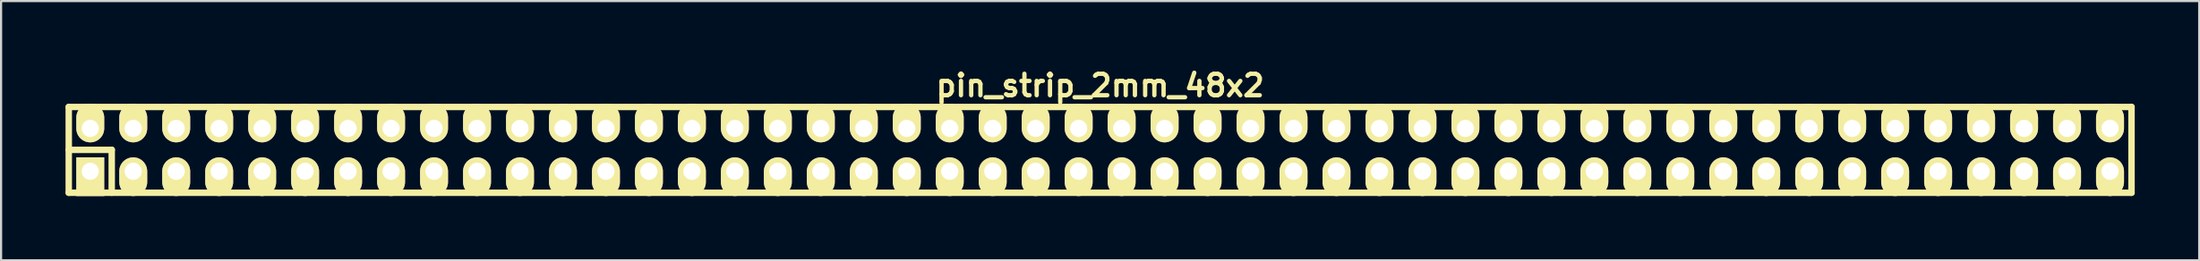
<source format=kicad_pcb>
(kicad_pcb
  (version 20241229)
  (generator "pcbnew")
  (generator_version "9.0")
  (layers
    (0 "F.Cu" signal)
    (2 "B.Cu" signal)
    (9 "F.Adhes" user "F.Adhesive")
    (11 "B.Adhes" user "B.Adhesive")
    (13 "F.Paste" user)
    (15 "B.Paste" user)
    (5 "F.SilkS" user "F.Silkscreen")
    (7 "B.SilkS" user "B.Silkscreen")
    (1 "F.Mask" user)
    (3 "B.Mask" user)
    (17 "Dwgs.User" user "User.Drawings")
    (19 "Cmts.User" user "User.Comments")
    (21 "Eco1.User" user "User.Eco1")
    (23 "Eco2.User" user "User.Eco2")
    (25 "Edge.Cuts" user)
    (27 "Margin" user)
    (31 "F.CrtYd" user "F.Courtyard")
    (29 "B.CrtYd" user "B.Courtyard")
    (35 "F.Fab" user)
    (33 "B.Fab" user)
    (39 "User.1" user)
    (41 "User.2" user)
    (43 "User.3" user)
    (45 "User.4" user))
  (footprint "pin_strip_2mm_48x2"
    (layer "F.Cu")
    (at 48.15 3.936)
    (property "Reference" "pin_strip_2mm_48x2" (at 0 -3 0) (layer "F.SilkS") (effects (font (size 1 1) (thickness 0.2))))
    (attr through_hole)
    (fp_line (start -48 -2) (end 48 -2) (stroke (width 0.3) (type solid)) (layer "F.SilkS"))
    (fp_line (start -48 0) (end -46 0) (stroke (width 0.3) (type solid)) (layer "F.SilkS"))
    (fp_line (start -48 2) (end -48 -2) (stroke (width 0.3) (type solid)) (layer "F.SilkS"))
    (fp_line (start -46 0) (end -46 2) (stroke (width 0.3) (type solid)) (layer "F.SilkS"))
    (fp_line (start 48 -2) (end 48 2) (stroke (width 0.3) (type solid)) (layer "F.SilkS"))
    (fp_line (start 48 2) (end -48 2) (stroke (width 0.3) (type solid)) (layer "F.SilkS"))
    (pad "1" thru_hole rect (at -47 1) (size 1.3 1.8) (drill 0.8 (offset 0 0.25)) (layers "*.Cu" "*.Mask" "F.SilkS"))
    (pad "2" thru_hole oval (at -47 -1) (size 1.3 1.8) (drill 0.8 (offset 0 -0.25)) (layers "*.Cu" "*.Mask" "F.SilkS"))
    (pad "3" thru_hole oval (at -45 1) (size 1.3 1.8) (drill 0.8 (offset 0 0.25)) (layers "*.Cu" "*.Mask" "F.SilkS"))
    (pad "4" thru_hole oval (at -45 -1) (size 1.3 1.8) (drill 0.8 (offset 0 -0.25)) (layers "*.Cu" "*.Mask" "F.SilkS"))
    (pad "5" thru_hole oval (at -43 1) (size 1.3 1.8) (drill 0.8 (offset 0 0.25)) (layers "*.Cu" "*.Mask" "F.SilkS"))
    (pad "6" thru_hole oval (at -43 -1) (size 1.3 1.8) (drill 0.8 (offset 0 -0.25)) (layers "*.Cu" "*.Mask" "F.SilkS"))
    (pad "7" thru_hole oval (at -41 1) (size 1.3 1.8) (drill 0.8 (offset 0 0.25)) (layers "*.Cu" "*.Mask" "F.SilkS"))
    (pad "8" thru_hole oval (at -41 -1) (size 1.3 1.8) (drill 0.8 (offset 0 -0.25)) (layers "*.Cu" "*.Mask" "F.SilkS"))
    (pad "9" thru_hole oval (at -39 1) (size 1.3 1.8) (drill 0.8 (offset 0 0.25)) (layers "*.Cu" "*.Mask" "F.SilkS"))
    (pad "10" thru_hole oval (at -39 -1) (size 1.3 1.8) (drill 0.8 (offset 0 -0.25)) (layers "*.Cu" "*.Mask" "F.SilkS"))
    (pad "11" thru_hole oval (at -37 1) (size 1.3 1.8) (drill 0.8 (offset 0 0.25)) (layers "*.Cu" "*.Mask" "F.SilkS"))
    (pad "12" thru_hole oval (at -37 -1) (size 1.3 1.8) (drill 0.8 (offset 0 -0.25)) (layers "*.Cu" "*.Mask" "F.SilkS"))
    (pad "13" thru_hole oval (at -35 1) (size 1.3 1.8) (drill 0.8 (offset 0 0.25)) (layers "*.Cu" "*.Mask" "F.SilkS"))
    (pad "14" thru_hole oval (at -35 -1) (size 1.3 1.8) (drill 0.8 (offset 0 -0.25)) (layers "*.Cu" "*.Mask" "F.SilkS"))
    (pad "15" thru_hole oval (at -33 1) (size 1.3 1.8) (drill 0.8 (offset 0 0.25)) (layers "*.Cu" "*.Mask" "F.SilkS"))
    (pad "16" thru_hole oval (at -33 -1) (size 1.3 1.8) (drill 0.8 (offset 0 -0.25)) (layers "*.Cu" "*.Mask" "F.SilkS"))
    (pad "17" thru_hole oval (at -31 1) (size 1.3 1.8) (drill 0.8 (offset 0 0.25)) (layers "*.Cu" "*.Mask" "F.SilkS"))
    (pad "18" thru_hole oval (at -31 -1) (size 1.3 1.8) (drill 0.8 (offset 0 -0.25)) (layers "*.Cu" "*.Mask" "F.SilkS"))
    (pad "19" thru_hole oval (at -29 1) (size 1.3 1.8) (drill 0.8 (offset 0 0.25)) (layers "*.Cu" "*.Mask" "F.SilkS"))
    (pad "20" thru_hole oval (at -29 -1) (size 1.3 1.8) (drill 0.8 (offset 0 -0.25)) (layers "*.Cu" "*.Mask" "F.SilkS"))
    (pad "21" thru_hole oval (at -27 1) (size 1.3 1.8) (drill 0.8 (offset 0 0.25)) (layers "*.Cu" "*.Mask" "F.SilkS"))
    (pad "22" thru_hole oval (at -27 -1) (size 1.3 1.8) (drill 0.8 (offset 0 -0.25)) (layers "*.Cu" "*.Mask" "F.SilkS"))
    (pad "23" thru_hole oval (at -25 1) (size 1.3 1.8) (drill 0.8 (offset 0 0.25)) (layers "*.Cu" "*.Mask" "F.SilkS"))
    (pad "24" thru_hole oval (at -25 -1) (size 1.3 1.8) (drill 0.8 (offset 0 -0.25)) (layers "*.Cu" "*.Mask" "F.SilkS"))
    (pad "25" thru_hole oval (at -23 1) (size 1.3 1.8) (drill 0.8 (offset 0 0.25)) (layers "*.Cu" "*.Mask" "F.SilkS"))
    (pad "26" thru_hole oval (at -23 -1) (size 1.3 1.8) (drill 0.8 (offset 0 -0.25)) (layers "*.Cu" "*.Mask" "F.SilkS"))
    (pad "27" thru_hole oval (at -21 1) (size 1.3 1.8) (drill 0.8 (offset 0 0.25)) (layers "*.Cu" "*.Mask" "F.SilkS"))
    (pad "28" thru_hole oval (at -21 -1) (size 1.3 1.8) (drill 0.8 (offset 0 -0.25)) (layers "*.Cu" "*.Mask" "F.SilkS"))
    (pad "29" thru_hole oval (at -19 1) (size 1.3 1.8) (drill 0.8 (offset 0 0.25)) (layers "*.Cu" "*.Mask" "F.SilkS"))
    (pad "30" thru_hole oval (at -19 -1) (size 1.3 1.8) (drill 0.8 (offset 0 -0.25)) (layers "*.Cu" "*.Mask" "F.SilkS"))
    (pad "31" thru_hole oval (at -17 1) (size 1.3 1.8) (drill 0.8 (offset 0 0.25)) (layers "*.Cu" "*.Mask" "F.SilkS"))
    (pad "32" thru_hole oval (at -17 -1) (size 1.3 1.8) (drill 0.8 (offset 0 -0.25)) (layers "*.Cu" "*.Mask" "F.SilkS"))
    (pad "33" thru_hole oval (at -15 1) (size 1.3 1.8) (drill 0.8 (offset 0 0.25)) (layers "*.Cu" "*.Mask" "F.SilkS"))
    (pad "34" thru_hole oval (at -15 -1) (size 1.3 1.8) (drill 0.8 (offset 0 -0.25)) (layers "*.Cu" "*.Mask" "F.SilkS"))
    (pad "35" thru_hole oval (at -13 1) (size 1.3 1.8) (drill 0.8 (offset 0 0.25)) (layers "*.Cu" "*.Mask" "F.SilkS"))
    (pad "36" thru_hole oval (at -13 -1) (size 1.3 1.8) (drill 0.8 (offset 0 -0.25)) (layers "*.Cu" "*.Mask" "F.SilkS"))
    (pad "37" thru_hole oval (at -11 1) (size 1.3 1.8) (drill 0.8 (offset 0 0.25)) (layers "*.Cu" "*.Mask" "F.SilkS"))
    (pad "38" thru_hole oval (at -11 -1) (size 1.3 1.8) (drill 0.8 (offset 0 -0.25)) (layers "*.Cu" "*.Mask" "F.SilkS"))
    (pad "39" thru_hole oval (at -9 1) (size 1.3 1.8) (drill 0.8 (offset 0 0.25)) (layers "*.Cu" "*.Mask" "F.SilkS"))
    (pad "40" thru_hole oval (at -9 -1) (size 1.3 1.8) (drill 0.8 (offset 0 -0.25)) (layers "*.Cu" "*.Mask" "F.SilkS"))
    (pad "41" thru_hole oval (at -7 1) (size 1.3 1.8) (drill 0.8 (offset 0 0.25)) (layers "*.Cu" "*.Mask" "F.SilkS"))
    (pad "42" thru_hole oval (at -7 -1) (size 1.3 1.8) (drill 0.8 (offset 0 -0.25)) (layers "*.Cu" "*.Mask" "F.SilkS"))
    (pad "43" thru_hole oval (at -5 1) (size 1.3 1.8) (drill 0.8 (offset 0 0.25)) (layers "*.Cu" "*.Mask" "F.SilkS"))
    (pad "44" thru_hole oval (at -5 -1) (size 1.3 1.8) (drill 0.8 (offset 0 -0.25)) (layers "*.Cu" "*.Mask" "F.SilkS"))
    (pad "45" thru_hole oval (at -3 1) (size 1.3 1.8) (drill 0.8 (offset 0 0.25)) (layers "*.Cu" "*.Mask" "F.SilkS"))
    (pad "46" thru_hole oval (at -3 -1) (size 1.3 1.8) (drill 0.8 (offset 0 -0.25)) (layers "*.Cu" "*.Mask" "F.SilkS"))
    (pad "47" thru_hole oval (at -1 1) (size 1.3 1.8) (drill 0.8 (offset 0 0.25)) (layers "*.Cu" "*.Mask" "F.SilkS"))
    (pad "48" thru_hole oval (at -1 -1) (size 1.3 1.8) (drill 0.8 (offset 0 -0.25)) (layers "*.Cu" "*.Mask" "F.SilkS"))
    (pad "49" thru_hole oval (at 1 1) (size 1.3 1.8) (drill 0.8 (offset 0 0.25)) (layers "*.Cu" "*.Mask" "F.SilkS"))
    (pad "50" thru_hole oval (at 1 -1) (size 1.3 1.8) (drill 0.8 (offset 0 -0.25)) (layers "*.Cu" "*.Mask" "F.SilkS"))
    (pad "51" thru_hole oval (at 3 1) (size 1.3 1.8) (drill 0.8 (offset 0 0.25)) (layers "*.Cu" "*.Mask" "F.SilkS"))
    (pad "52" thru_hole oval (at 3 -1) (size 1.3 1.8) (drill 0.8 (offset 0 -0.25)) (layers "*.Cu" "*.Mask" "F.SilkS"))
    (pad "53" thru_hole oval (at 5 1) (size 1.3 1.8) (drill 0.8 (offset 0 0.25)) (layers "*.Cu" "*.Mask" "F.SilkS"))
    (pad "54" thru_hole oval (at 5 -1) (size 1.3 1.8) (drill 0.8 (offset 0 -0.25)) (layers "*.Cu" "*.Mask" "F.SilkS"))
    (pad "55" thru_hole oval (at 7 1) (size 1.3 1.8) (drill 0.8 (offset 0 0.25)) (layers "*.Cu" "*.Mask" "F.SilkS"))
    (pad "56" thru_hole oval (at 7 -1) (size 1.3 1.8) (drill 0.8 (offset 0 -0.25)) (layers "*.Cu" "*.Mask" "F.SilkS"))
    (pad "57" thru_hole oval (at 9 1) (size 1.3 1.8) (drill 0.8 (offset 0 0.25)) (layers "*.Cu" "*.Mask" "F.SilkS"))
    (pad "58" thru_hole oval (at 9 -1) (size 1.3 1.8) (drill 0.8 (offset 0 -0.25)) (layers "*.Cu" "*.Mask" "F.SilkS"))
    (pad "59" thru_hole oval (at 11 1) (size 1.3 1.8) (drill 0.8 (offset 0 0.25)) (layers "*.Cu" "*.Mask" "F.SilkS"))
    (pad "60" thru_hole oval (at 11 -1) (size 1.3 1.8) (drill 0.8 (offset 0 -0.25)) (layers "*.Cu" "*.Mask" "F.SilkS"))
    (pad "61" thru_hole oval (at 13 1) (size 1.3 1.8) (drill 0.8 (offset 0 0.25)) (layers "*.Cu" "*.Mask" "F.SilkS"))
    (pad "62" thru_hole oval (at 13 -1) (size 1.3 1.8) (drill 0.8 (offset 0 -0.25)) (layers "*.Cu" "*.Mask" "F.SilkS"))
    (pad "63" thru_hole oval (at 15 1) (size 1.3 1.8) (drill 0.8 (offset 0 0.25)) (layers "*.Cu" "*.Mask" "F.SilkS"))
    (pad "64" thru_hole oval (at 15 -1) (size 1.3 1.8) (drill 0.8 (offset 0 -0.25)) (layers "*.Cu" "*.Mask" "F.SilkS"))
    (pad "65" thru_hole oval (at 17 1) (size 1.3 1.8) (drill 0.8 (offset 0 0.25)) (layers "*.Cu" "*.Mask" "F.SilkS"))
    (pad "66" thru_hole oval (at 17 -1) (size 1.3 1.8) (drill 0.8 (offset 0 -0.25)) (layers "*.Cu" "*.Mask" "F.SilkS"))
    (pad "67" thru_hole oval (at 19 1) (size 1.3 1.8) (drill 0.8 (offset 0 0.25)) (layers "*.Cu" "*.Mask" "F.SilkS"))
    (pad "68" thru_hole oval (at 19 -1) (size 1.3 1.8) (drill 0.8 (offset 0 -0.25)) (layers "*.Cu" "*.Mask" "F.SilkS"))
    (pad "69" thru_hole oval (at 21 1) (size 1.3 1.8) (drill 0.8 (offset 0 0.25)) (layers "*.Cu" "*.Mask" "F.SilkS"))
    (pad "70" thru_hole oval (at 21 -1) (size 1.3 1.8) (drill 0.8 (offset 0 -0.25)) (layers "*.Cu" "*.Mask" "F.SilkS"))
    (pad "71" thru_hole oval (at 23 1) (size 1.3 1.8) (drill 0.8 (offset 0 0.25)) (layers "*.Cu" "*.Mask" "F.SilkS"))
    (pad "72" thru_hole oval (at 23 -1) (size 1.3 1.8) (drill 0.8 (offset 0 -0.25)) (layers "*.Cu" "*.Mask" "F.SilkS"))
    (pad "73" thru_hole oval (at 25 1) (size 1.3 1.8) (drill 0.8 (offset 0 0.25)) (layers "*.Cu" "*.Mask" "F.SilkS"))
    (pad "74" thru_hole oval (at 25 -1) (size 1.3 1.8) (drill 0.8 (offset 0 -0.25)) (layers "*.Cu" "*.Mask" "F.SilkS"))
    (pad "75" thru_hole oval (at 27 1) (size 1.3 1.8) (drill 0.8 (offset 0 0.25)) (layers "*.Cu" "*.Mask" "F.SilkS"))
    (pad "76" thru_hole oval (at 27 -1) (size 1.3 1.8) (drill 0.8 (offset 0 -0.25)) (layers "*.Cu" "*.Mask" "F.SilkS"))
    (pad "77" thru_hole oval (at 29 1) (size 1.3 1.8) (drill 0.8 (offset 0 0.25)) (layers "*.Cu" "*.Mask" "F.SilkS"))
    (pad "78" thru_hole oval (at 29 -1) (size 1.3 1.8) (drill 0.8 (offset 0 -0.25)) (layers "*.Cu" "*.Mask" "F.SilkS"))
    (pad "79" thru_hole oval (at 31 1) (size 1.3 1.8) (drill 0.8 (offset 0 0.25)) (layers "*.Cu" "*.Mask" "F.SilkS"))
    (pad "80" thru_hole oval (at 31 -1) (size 1.3 1.8) (drill 0.8 (offset 0 -0.25)) (layers "*.Cu" "*.Mask" "F.SilkS"))
    (pad "81" thru_hole oval (at 33 1) (size 1.3 1.8) (drill 0.8 (offset 0 0.25)) (layers "*.Cu" "*.Mask" "F.SilkS"))
    (pad "82" thru_hole oval (at 33 -1) (size 1.3 1.8) (drill 0.8 (offset 0 -0.25)) (layers "*.Cu" "*.Mask" "F.SilkS"))
    (pad "83" thru_hole oval (at 35 1) (size 1.3 1.8) (drill 0.8 (offset 0 0.25)) (layers "*.Cu" "*.Mask" "F.SilkS"))
    (pad "84" thru_hole oval (at 35 -1) (size 1.3 1.8) (drill 0.8 (offset 0 -0.25)) (layers "*.Cu" "*.Mask" "F.SilkS"))
    (pad "85" thru_hole oval (at 37 1) (size 1.3 1.8) (drill 0.8 (offset 0 0.25)) (layers "*.Cu" "*.Mask" "F.SilkS"))
    (pad "86" thru_hole oval (at 37 -1) (size 1.3 1.8) (drill 0.8 (offset 0 -0.25)) (layers "*.Cu" "*.Mask" "F.SilkS"))
    (pad "87" thru_hole oval (at 39 1) (size 1.3 1.8) (drill 0.8 (offset 0 0.25)) (layers "*.Cu" "*.Mask" "F.SilkS"))
    (pad "88" thru_hole oval (at 39 -1) (size 1.3 1.8) (drill 0.8 (offset 0 -0.25)) (layers "*.Cu" "*.Mask" "F.SilkS"))
    (pad "89" thru_hole oval (at 41 1) (size 1.3 1.8) (drill 0.8 (offset 0 0.25)) (layers "*.Cu" "*.Mask" "F.SilkS"))
    (pad "90" thru_hole oval (at 41 -1) (size 1.3 1.8) (drill 0.8 (offset 0 -0.25)) (layers "*.Cu" "*.Mask" "F.SilkS"))
    (pad "91" thru_hole oval (at 43 1) (size 1.3 1.8) (drill 0.8 (offset 0 0.25)) (layers "*.Cu" "*.Mask" "F.SilkS"))
    (pad "92" thru_hole oval (at 43 -1) (size 1.3 1.8) (drill 0.8 (offset 0 -0.25)) (layers "*.Cu" "*.Mask" "F.SilkS"))
    (pad "93" thru_hole oval (at 45 1) (size 1.3 1.8) (drill 0.8 (offset 0 0.25)) (layers "*.Cu" "*.Mask" "F.SilkS"))
    (pad "94" thru_hole oval (at 45 -1) (size 1.3 1.8) (drill 0.8 (offset 0 -0.25)) (layers "*.Cu" "*.Mask" "F.SilkS"))
    (pad "95" thru_hole oval (at 47 1) (size 1.3 1.8) (drill 0.8 (offset 0 0.25)) (layers "*.Cu" "*.Mask" "F.SilkS"))
    (pad "96" thru_hole oval (at 47 -1) (size 1.3 1.8) (drill 0.8 (offset 0 -0.25)) (layers "*.Cu" "*.Mask" "F.SilkS")))
  (gr_rect
    (start -3 -3)
    (end 99.3 9.086)
    (stroke (width 0.1) (type default))
    (fill no)
    (layer "Edge.Cuts")))
</source>
